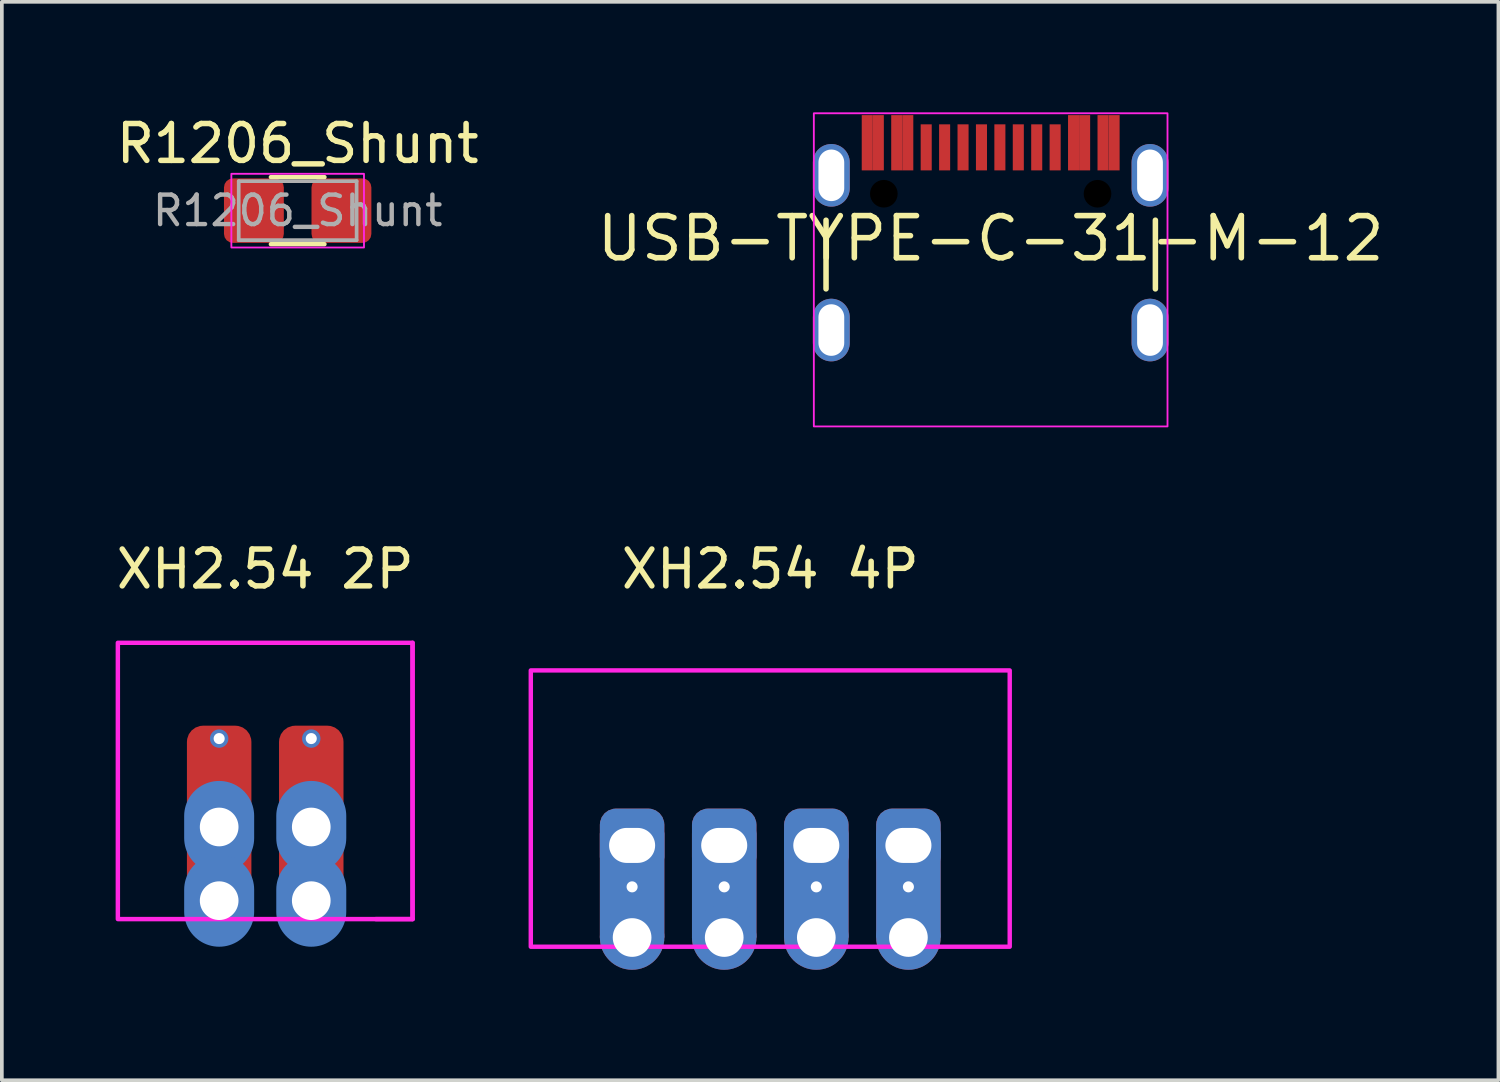
<source format=kicad_pcb>
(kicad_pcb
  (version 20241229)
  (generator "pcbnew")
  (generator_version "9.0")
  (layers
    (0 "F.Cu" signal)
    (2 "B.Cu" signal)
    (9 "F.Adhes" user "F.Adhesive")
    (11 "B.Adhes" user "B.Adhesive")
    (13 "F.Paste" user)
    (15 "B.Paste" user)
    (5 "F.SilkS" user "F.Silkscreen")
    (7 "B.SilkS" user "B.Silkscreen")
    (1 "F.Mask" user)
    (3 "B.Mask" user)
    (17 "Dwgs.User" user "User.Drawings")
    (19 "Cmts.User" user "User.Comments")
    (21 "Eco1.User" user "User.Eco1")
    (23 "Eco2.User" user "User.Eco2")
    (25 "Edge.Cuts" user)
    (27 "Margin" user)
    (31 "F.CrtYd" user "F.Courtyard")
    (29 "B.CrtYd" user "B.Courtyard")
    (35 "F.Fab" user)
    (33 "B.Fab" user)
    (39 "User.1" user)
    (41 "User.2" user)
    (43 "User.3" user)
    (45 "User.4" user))
  (footprint "USB-TYPE-C-31-M-12"
    (layer "F.Cu")
    (at 23.841 3.425)
    (property "Reference" "USB-TYPE-C-31-M-12" (at 0 0 0) (layer "F.SilkS") (effects (font (size 1.143 1.143) (thickness 0.152))))
    (attr smd)
    (fp_line (start -4.469 1.366) (end -4.469 -0.497) (stroke (width 0.15) (type solid)) (layer "F.SilkS"))
    (fp_line (start 4.471 1.366) (end 4.471 -0.498) (stroke (width 0.15) (type solid)) (layer "F.SilkS"))
    (fp_rect (start -4.8 -3.4) (end 4.8 5.1) (stroke (width 0.05) (type default)) (fill no) (layer "F.CrtYd"))
    (pad "" np_thru_hole circle (at -2.9 -1.216) (size 0.75 0.75) (drill 0.75) (layers "*.Mask"))
    (pad "" np_thru_hole circle (at 2.9 -1.216) (size 0.75 0.75) (drill 0.75) (layers "*.Mask"))
    (pad "A1" smd rect (at -3.35 -2.6) (size 0.3 1.5) (layers "F.Cu" "F.Mask" "F.Paste"))
    (pad "A4" smd rect (at -2.55 -2.6) (size 0.3 1.5) (layers "F.Cu" "F.Mask" "F.Paste"))
    (pad "A5" smd rect (at -1.25 -2.475) (size 0.3 1.25) (layers "F.Cu" "F.Mask" "F.Paste"))
    (pad "A6" smd rect (at -0.25 -2.475) (size 0.3 1.25) (layers "F.Cu" "F.Mask" "F.Paste"))
    (pad "A7" smd rect (at 0.25 -2.475) (size 0.3 1.25) (layers "F.Cu" "F.Mask" "F.Paste"))
    (pad "A8" smd rect (at 1.25 -2.475) (size 0.3 1.25) (layers "F.Cu" "F.Mask" "F.Paste"))
    (pad "A9" smd rect (at 2.55 -2.6) (size 0.3 1.5) (layers "F.Cu" "F.Mask" "F.Paste"))
    (pad "A12" smd rect (at 3.35 -2.6) (size 0.3 1.5) (layers "F.Cu" "F.Mask" "F.Paste"))
    (pad "B1" smd rect (at 3.05 -2.6) (size 0.3 1.5) (layers "F.Cu" "F.Mask" "F.Paste"))
    (pad "B4" smd rect (at 2.25 -2.6) (size 0.3 1.5) (layers "F.Cu" "F.Mask" "F.Paste"))
    (pad "B5" smd rect (at 1.75 -2.475) (size 0.3 1.25) (layers "F.Cu" "F.Mask" "F.Paste"))
    (pad "B6" smd rect (at 0.75 -2.475) (size 0.3 1.25) (layers "F.Cu" "F.Mask" "F.Paste"))
    (pad "B7" smd rect (at -0.75 -2.475) (size 0.3 1.25) (layers "F.Cu" "F.Mask" "F.Paste"))
    (pad "B8" smd rect (at -1.75 -2.475) (size 0.3 1.25) (layers "F.Cu" "F.Mask" "F.Paste"))
    (pad "B9" smd rect (at -2.25 -2.6) (size 0.3 1.5) (layers "F.Cu" "F.Mask" "F.Paste"))
    (pad "B12" smd rect (at -3.05 -2.6) (size 0.3 1.5) (layers "F.Cu" "F.Mask" "F.Paste"))
    (pad "S1" thru_hole oval (at -4.325 -1.716) (size 1 1.7) (drill oval 0.7 1.4) (layers "*.Cu" "*.Paste" "*.Mask"))
    (pad "S1" thru_hole oval (at -4.325 2.484) (size 1 1.7) (drill oval 0.7 1.4) (layers "*.Cu" "*.Paste" "*.Mask"))
    (pad "S1" thru_hole oval (at 4.325 -1.716) (size 1 1.7) (drill oval 0.7 1.4) (layers "*.Cu" "*.Paste" "*.Mask"))
    (pad "S1" thru_hole oval (at 4.325 2.484) (size 1 1.7) (drill oval 0.7 1.4) (layers "*.Cu" "*.Paste" "*.Mask")))
  (footprint "XH2.54 2P"
    (layer "F.Cu")
    (at 4.149 18.398)
    (property "Reference" "XH2.54 2P" (at 0 -6 0) (unlocked yes) (layer "F.SilkS") (effects (font (size 1 1) (thickness 0.15))))
    (attr through_hole)
    (fp_line (start 3 3.5) (end 4 3.5) (stroke (width 0.12) (type solid)) (layer "F.CrtYd"))
    (fp_line (start 4 3.5) (end 4 -4) (stroke (width 0.12) (type solid)) (layer "F.CrtYd"))
    (fp_rect (start -4 -4) (end 4 3.5) (stroke (width 0.12) (type default)) (fill no) (layer "F.CrtYd"))
    (pad "1" thru_hole circle (at -1.25 -1.4) (size 0.5 0.5) (drill 0.3) (property pad_prop_heatsink) (layers "*.Cu"))
    (pad "1" smd roundrect (at -1.25 0.625) (size 1.75 4.75) (layers "F.Cu" "F.Mask") (roundrect_rratio 0.25) (chamfer_ratio 0) (chamfer bottom_left bottom_right))
    (pad "1" thru_hole circle (at -1.25 1 180) (size 1.75 1.75) (drill 1.05) (layers "*.Cu" "*.Mask"))
    (pad "1" smd oval (at -1.25 1) (size 1.9 2.5) (layers "B.Cu" "B.Mask"))
    (pad "1" thru_hole circle (at -1.25 3) (size 1.75 1.75) (drill 1.05) (layers "*.Cu" "*.Mask"))
    (pad "1" smd oval (at -1.25 3) (size 1.9 2.5) (layers "B.Cu" "B.Mask"))
    (pad "2" thru_hole circle (at 1.25 -1.4) (size 0.5 0.5) (drill 0.3) (property pad_prop_heatsink) (layers "*.Cu"))
    (pad "2" smd roundrect (at 1.25 0.625) (size 1.75 4.75) (layers "F.Cu" "F.Mask") (roundrect_rratio 0.25) (chamfer_ratio 0) (chamfer bottom_left bottom_right))
    (pad "2" thru_hole circle (at 1.25 1 180) (size 1.75 1.75) (drill 1.05) (layers "*.Cu" "*.Mask"))
    (pad "2" smd oval (at 1.25 1) (size 1.9 2.5) (layers "B.Cu" "B.Mask"))
    (pad "2" thru_hole circle (at 1.25 3) (size 1.75 1.75) (drill 1.05) (layers "*.Cu" "*.Mask"))
    (pad "2" smd oval (at 1.25 3) (size 1.9 2.5) (layers "B.Cu" "B.Mask")))
  (footprint "XH2.54 4P"
    (layer "F.Cu")
    (at 17.858 22.398)
    (property "Reference" "XH2.54 4P" (at 0 -10 0) (unlocked yes) (layer "F.SilkS") (effects (font (size 1 1) (thickness 0.15))))
    (attr through_hole)
    (fp_rect (start -6.5 -7.25) (end 6.5 0.25) (stroke (width 0.12) (type default)) (fill no) (layer "F.CrtYd"))
    (pad "1" thru_hole roundrect (at -3.75 -2.5) (size 1.75 1.5) (drill oval 1.25 0.95) (layers "*.Cu" "*.Mask") (roundrect_rratio 0.286))
    (pad "1" smd roundrect (at -3.75 -1.75) (size 1.75 3.5) (layers "B.Cu" "B.Mask") (roundrect_rratio 0.25) (chamfer_ratio 0) (chamfer bottom_left bottom_right))
    (pad "1" thru_hole circle (at -3.75 -1.375) (size 0.5 0.5) (drill 0.3) (property pad_prop_heatsink) (layers "*.Cu"))
    (pad "1" thru_hole oval (at -3.75 0) (size 1.75 1.75) (drill 1.05) (layers "*.Cu" "*.Mask"))
    (pad "1" smd roundrect (at -3.75 -1.75) (size 1.75 3.5) (layers "F.Cu" "F.Mask") (roundrect_rratio 0.25) (chamfer_ratio 0) (chamfer bottom_left bottom_right))
    (pad "2" smd roundrect (at -1.25 -1.75) (size 1.75 3.5) (layers "B.Cu" "B.Mask") (roundrect_rratio 0.25) (chamfer_ratio 0) (chamfer bottom_left bottom_right))
    (pad "2" thru_hole roundrect (at -1.25 -2.5) (size 1.75 1.5) (drill oval 1.25 0.95) (layers "*.Cu" "*.Mask") (roundrect_rratio 0.286))
    (pad "2" smd roundrect (at -1.25 -1.75) (size 1.75 3.5) (layers "F.Cu" "F.Mask") (roundrect_rratio 0.25) (chamfer_ratio 0) (chamfer bottom_left bottom_right))
    (pad "2" thru_hole circle (at -1.25 -1.375) (size 0.5 0.5) (drill 0.3) (property pad_prop_heatsink) (layers "*.Cu"))
    (pad "2" thru_hole oval (at -1.25 0) (size 1.75 1.75) (drill 1.05) (layers "*.Cu" "*.Mask"))
    (pad "3" smd roundrect (at 1.25 -1.75) (size 1.75 3.5) (layers "B.Cu" "B.Mask") (roundrect_rratio 0.25) (chamfer_ratio 0) (chamfer bottom_left bottom_right))
    (pad "3" thru_hole roundrect (at 1.25 -2.5) (size 1.75 1.5) (drill oval 1.25 0.95) (layers "*.Cu" "*.Mask") (roundrect_rratio 0.286))
    (pad "3" smd roundrect (at 1.25 -1.75) (size 1.75 3.5) (layers "F.Cu" "F.Mask") (roundrect_rratio 0.25) (chamfer_ratio 0) (chamfer bottom_left bottom_right))
    (pad "3" thru_hole circle (at 1.25 -1.375) (size 0.5 0.5) (drill 0.3) (property pad_prop_heatsink) (layers "*.Cu"))
    (pad "3" thru_hole oval (at 1.25 0) (size 1.75 1.75) (drill 1.05) (layers "*.Cu" "*.Mask"))
    (pad "4" smd roundrect (at 3.75 -1.75) (size 1.75 3.5) (layers "F.Cu" "F.Mask") (roundrect_rratio 0.25) (chamfer_ratio 0) (chamfer bottom_left bottom_right))
    (pad "4" smd roundrect (at 3.75 -1.75) (size 1.75 3.5) (layers "B.Cu" "B.Mask") (roundrect_rratio 0.25) (chamfer_ratio 0) (chamfer bottom_left bottom_right))
    (pad "4" thru_hole roundrect (at 3.75 -2.5) (size 1.75 1.5) (drill oval 1.25 0.95) (layers "*.Cu" "*.Mask") (roundrect_rratio 0.286))
    (pad "4" thru_hole circle (at 3.75 -1.375) (size 0.5 0.5) (drill 0.3) (property pad_prop_heatsink) (layers "*.Cu"))
    (pad "4" thru_hole oval (at 3.75 0) (size 1.75 1.75) (drill 1.05) (layers "*.Cu" "*.Mask")))
  (footprint "R1206_Shunt"
    (layer "F.Cu")
    (at 5.03 2.668)
    (property "Reference" "R1206_Shunt" (at 0 -1.82 0) (layer "F.SilkS") (effects (font (size 1 1) (thickness 0.15))))
    (attr smd)
    (fp_line (start -0.727 -0.91) (end 0.727 -0.91) (stroke (width 0.12) (type solid)) (layer "F.SilkS"))
    (fp_line (start -0.727 0.91) (end 0.727 0.91) (stroke (width 0.12) (type solid)) (layer "F.SilkS"))
    (fp_rect (start -1.8 -1) (end 1.8 1) (stroke (width 0.05) (type default)) (fill no) (layer "F.CrtYd"))
    (fp_line (start -1.6 -0.8) (end 1.6 -0.8) (stroke (width 0.1) (type solid)) (layer "F.Fab"))
    (fp_line (start -1.6 0.8) (end -1.6 -0.8) (stroke (width 0.1) (type solid)) (layer "F.Fab"))
    (fp_line (start 1.6 -0.8) (end 1.6 0.8) (stroke (width 0.1) (type solid)) (layer "F.Fab"))
    (fp_line (start 1.6 0.8) (end -1.6 0.8) (stroke (width 0.1) (type solid)) (layer "F.Fab"))
    (fp_text user "${REFERENCE}" (at 0 0 0) (layer "F.Fab") (effects (font (size 0.8 0.8) (thickness 0.12))))
    (pad "1" smd roundrect (at -1.188 0) (size 1.625 1.75) (layers "F.Cu" "F.Mask" "F.Paste") (roundrect_rratio 0.15))
    (pad "2" smd roundrect (at 1.188 0) (size 1.625 1.75) (layers "F.Cu" "F.Mask" "F.Paste") (roundrect_rratio 0.15)))
  (gr_rect
    (start -3 -3)
    (end 37.623 26.273)
    (stroke (width 0.1) (type default))
    (fill no)
    (layer "Edge.Cuts")))
</source>
